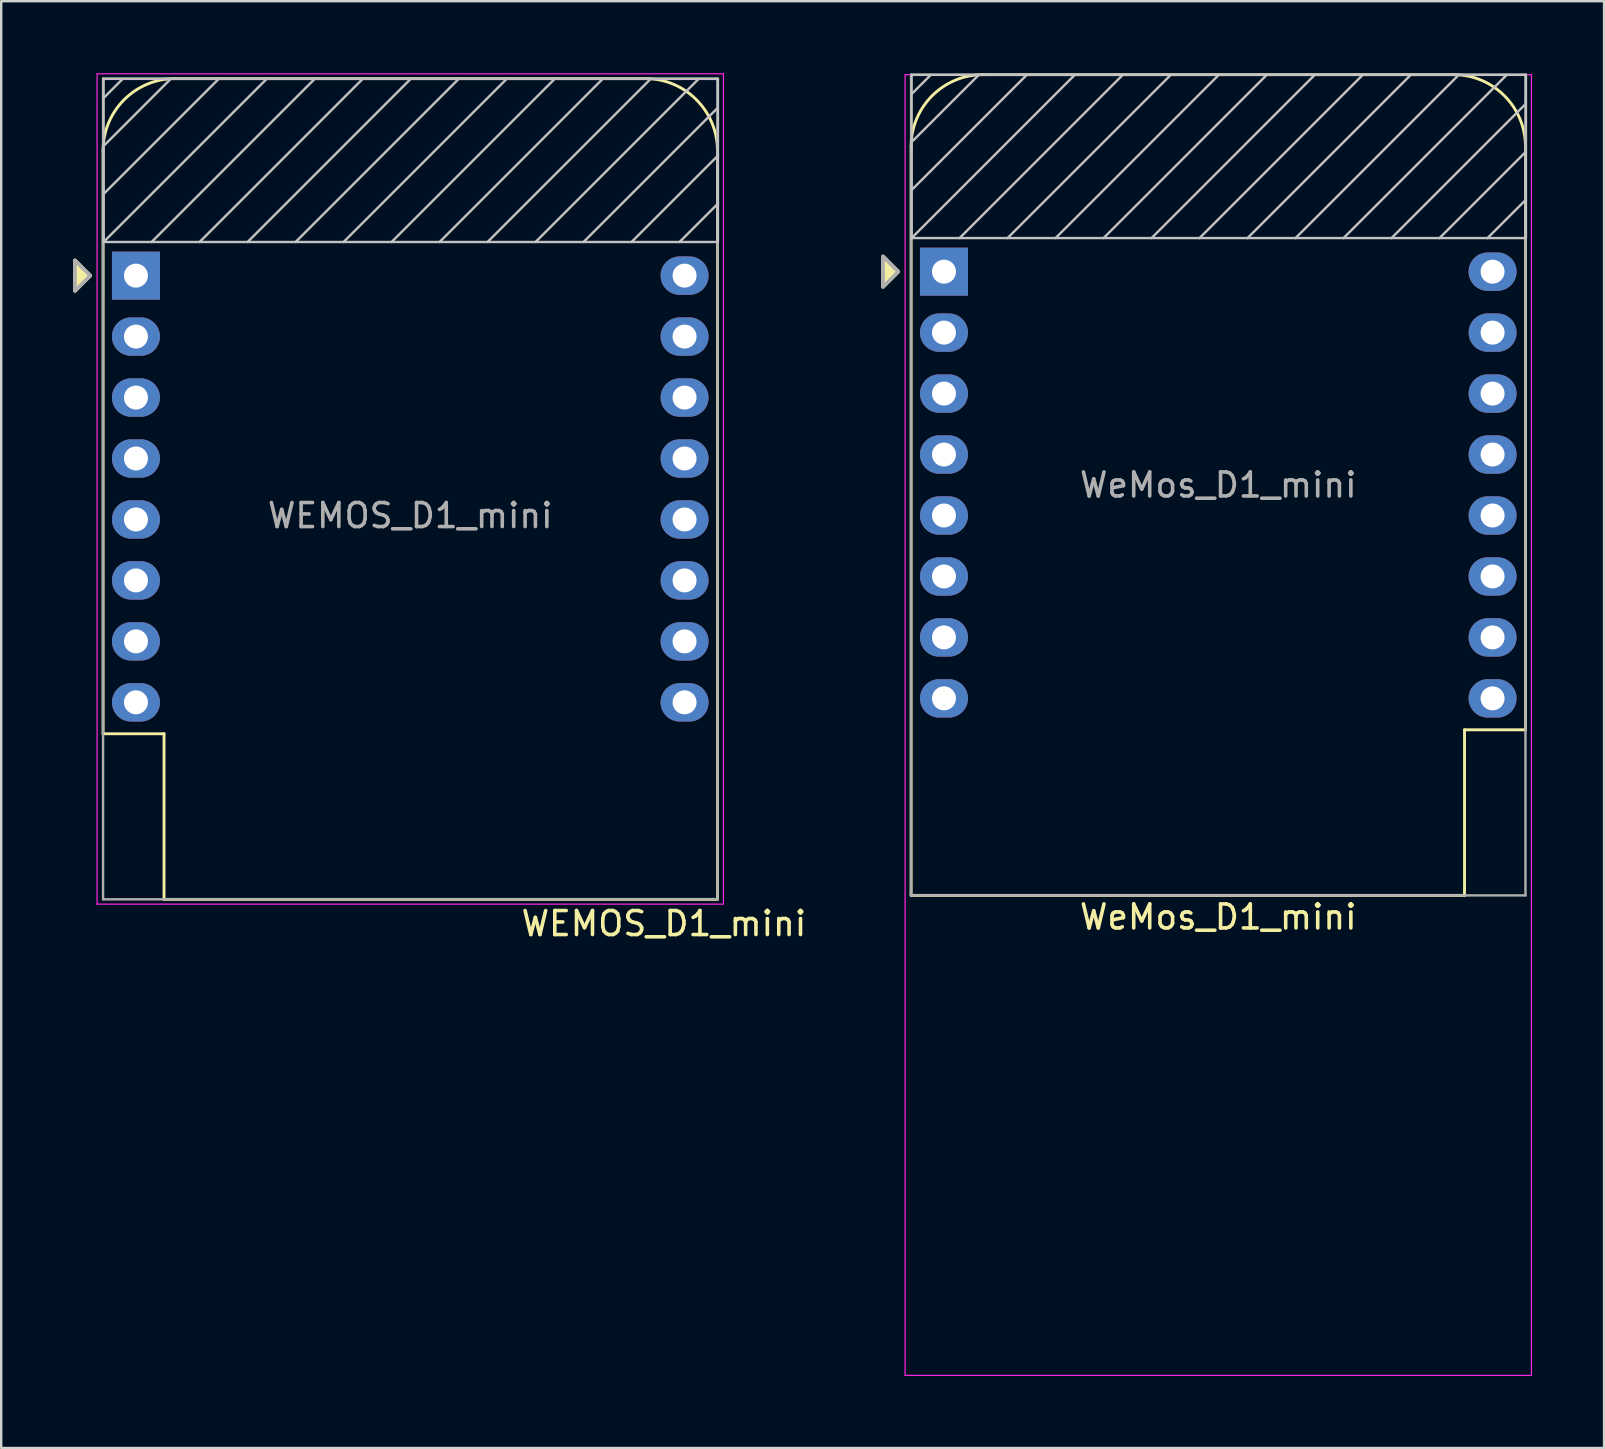
<source format=kicad_pcb>
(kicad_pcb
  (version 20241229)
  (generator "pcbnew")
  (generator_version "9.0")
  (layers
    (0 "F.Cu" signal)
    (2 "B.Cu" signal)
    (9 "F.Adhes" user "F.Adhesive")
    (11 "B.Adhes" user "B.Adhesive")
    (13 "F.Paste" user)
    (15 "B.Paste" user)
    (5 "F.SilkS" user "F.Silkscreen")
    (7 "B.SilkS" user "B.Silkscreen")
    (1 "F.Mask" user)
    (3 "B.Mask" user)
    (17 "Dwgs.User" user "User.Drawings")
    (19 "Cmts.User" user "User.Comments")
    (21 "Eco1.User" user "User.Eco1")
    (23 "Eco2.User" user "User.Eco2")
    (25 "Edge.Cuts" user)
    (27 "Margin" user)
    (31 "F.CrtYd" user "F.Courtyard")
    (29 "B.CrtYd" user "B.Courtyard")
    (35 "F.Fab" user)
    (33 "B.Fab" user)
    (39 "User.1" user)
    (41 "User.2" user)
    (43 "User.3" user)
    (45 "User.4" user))
  (footprint "WEMOS_D1_mini"
    (layer "F.Cu")
    (at 2.615 8.435)
    (property "Reference" "WEMOS_D1_mini" (at 22 27 0) (layer "F.SilkS") (effects (font (size 1 1) (thickness 0.15))))
    (attr through_hole)
    (fp_line (start -1.37 19.09) (end -1.37 -5.21) (stroke (width 0.12) (type solid)) (layer "F.SilkS"))
    (fp_line (start 1.17 19.09) (end -1.37 19.09) (stroke (width 0.12) (type solid)) (layer "F.SilkS"))
    (fp_line (start 1.17 25.99) (end 1.17 19.09) (stroke (width 0.12) (type solid)) (layer "F.SilkS"))
    (fp_line (start 1.17 25.99) (end 24.23 25.99) (stroke (width 0.12) (type solid)) (layer "F.SilkS"))
    (fp_line (start 21.23 -8.21) (end 1.63 -8.21) (stroke (width 0.12) (type solid)) (layer "F.SilkS"))
    (fp_line (start 24.23 25.98) (end 24.23 -5.22) (stroke (width 0.12) (type solid)) (layer "F.SilkS"))
    (fp_arc (start -1.37 -5.21) (mid -0.49132 -7.33132) (end 1.63 -8.21) (stroke (width 0.12) (type solid)) (layer "F.SilkS"))
    (fp_arc (start 21.23 -8.21) (mid 23.35132 -7.33132) (end 24.23 -5.21) (stroke (width 0.12) (type solid)) (layer "F.SilkS"))
    (fp_poly (pts (xy -2.54 -0.635) (xy -2.54 0.635) (xy -1.905 0)) (stroke (width 0.15) (type solid)) (fill yes) (layer "F.SilkS"))
    (fp_line (start -1.35 -8.2) (end -1.35 -1.4) (stroke (width 0.1) (type solid)) (layer "Dwgs.User"))
    (fp_line (start -1.35 -7.4) (end -0.55 -8.2) (stroke (width 0.1) (type solid)) (layer "Dwgs.User"))
    (fp_line (start -1.35 -3.4) (end 3.45 -8.2) (stroke (width 0.1) (type solid)) (layer "Dwgs.User"))
    (fp_line (start -1.35 -1.4) (end 5.45 -8.2) (stroke (width 0.1) (type solid)) (layer "Dwgs.User"))
    (fp_line (start -1.35 -1.4) (end 24.25 -1.4) (stroke (width 0.1) (type solid)) (layer "Dwgs.User"))
    (fp_line (start -1.3 -5.45) (end 1.45 -8.2) (stroke (width 0.1) (type solid)) (layer "Dwgs.User"))
    (fp_line (start 0.65 -1.4) (end 7.45 -8.2) (stroke (width 0.1) (type solid)) (layer "Dwgs.User"))
    (fp_line (start 2.65 -1.4) (end 9.45 -8.2) (stroke (width 0.1) (type solid)) (layer "Dwgs.User"))
    (fp_line (start 4.65 -1.4) (end 11.45 -8.2) (stroke (width 0.1) (type solid)) (layer "Dwgs.User"))
    (fp_line (start 6.65 -1.4) (end 13.45 -8.2) (stroke (width 0.1) (type solid)) (layer "Dwgs.User"))
    (fp_line (start 8.65 -1.4) (end 15.45 -8.2) (stroke (width 0.1) (type solid)) (layer "Dwgs.User"))
    (fp_line (start 10.65 -1.4) (end 17.45 -8.2) (stroke (width 0.1) (type solid)) (layer "Dwgs.User"))
    (fp_line (start 12.65 -1.4) (end 19.45 -8.2) (stroke (width 0.1) (type solid)) (layer "Dwgs.User"))
    (fp_line (start 14.65 -1.4) (end 21.45 -8.2) (stroke (width 0.1) (type solid)) (layer "Dwgs.User"))
    (fp_line (start 16.65 -1.4) (end 23.45 -8.2) (stroke (width 0.1) (type solid)) (layer "Dwgs.User"))
    (fp_line (start 18.65 -1.4) (end 24.25 -7) (stroke (width 0.1) (type solid)) (layer "Dwgs.User"))
    (fp_line (start 20.65 -1.4) (end 24.25 -5) (stroke (width 0.1) (type solid)) (layer "Dwgs.User"))
    (fp_line (start 22.65 -1.4) (end 24.25 -3) (stroke (width 0.1) (type solid)) (layer "Dwgs.User"))
    (fp_line (start 24.25 -8.2) (end -1.35 -8.2) (stroke (width 0.1) (type solid)) (layer "Dwgs.User"))
    (fp_line (start 24.25 -1.4) (end 24.25 -8.2) (stroke (width 0.1) (type solid)) (layer "Dwgs.User"))
    (fp_line (start -1.62 -8.41) (end 24.48 -8.41) (stroke (width 0.05) (type solid)) (layer "F.CrtYd"))
    (fp_line (start -1.62 26.19) (end -1.62 -8.41) (stroke (width 0.05) (type solid)) (layer "F.CrtYd"))
    (fp_line (start 24.48 -8.41) (end 24.48 26.19) (stroke (width 0.05) (type solid)) (layer "F.CrtYd"))
    (fp_line (start 24.48 26.19) (end -1.62 26.19) (stroke (width 0.05) (type solid)) (layer "F.CrtYd"))
    (fp_line (start -1.37 -8.21) (end -1.37 25.99) (stroke (width 0.1) (type solid)) (layer "F.Fab"))
    (fp_line (start -1.37 25.99) (end 24.23 25.99) (stroke (width 0.1) (type solid)) (layer "F.Fab"))
    (fp_line (start 24.23 -8.21) (end -1.37 -8.21) (stroke (width 0.1) (type solid)) (layer "F.Fab"))
    (fp_line (start 24.23 25.99) (end 24.23 -8.21) (stroke (width 0.1) (type solid)) (layer "F.Fab"))
    (fp_poly (pts (xy -2.54 -0.635) (xy -2.54 0.635) (xy -1.905 0)) (stroke (width 0.15) (type solid)) (fill no) (layer "F.Fab"))
    (fp_text user "${REFERENCE}" (at 11.43 10 0) (layer "F.Fab") (effects (font (size 1 1) (thickness 0.15))))
    (pad "1" thru_hole rect (at 0 0) (size 2 2) (drill 1) (layers "*.Cu" "*.Mask"))
    (pad "2" thru_hole oval (at 0 2.54) (size 2 1.6) (drill 1) (layers "*.Cu" "*.Mask"))
    (pad "3" thru_hole oval (at 0 5.08) (size 2 1.6) (drill 1) (layers "*.Cu" "*.Mask"))
    (pad "4" thru_hole oval (at 0 7.62) (size 2 1.6) (drill 1) (layers "*.Cu" "*.Mask"))
    (pad "5" thru_hole oval (at 0 10.16) (size 2 1.6) (drill 1) (layers "*.Cu" "*.Mask"))
    (pad "6" thru_hole oval (at 0 12.7) (size 2 1.6) (drill 1) (layers "*.Cu" "*.Mask"))
    (pad "7" thru_hole oval (at 0 15.24) (size 2 1.6) (drill 1) (layers "*.Cu" "*.Mask"))
    (pad "8" thru_hole oval (at 0 17.78) (size 2 1.6) (drill 1) (layers "*.Cu" "*.Mask"))
    (pad "9" thru_hole oval (at 22.86 17.78) (size 2 1.6) (drill 1) (layers "*.Cu" "*.Mask"))
    (pad "10" thru_hole oval (at 22.86 15.24) (size 2 1.6) (drill 1) (layers "*.Cu" "*.Mask"))
    (pad "11" thru_hole oval (at 22.86 12.7) (size 2 1.6) (drill 1) (layers "*.Cu" "*.Mask"))
    (pad "12" thru_hole oval (at 22.86 10.16) (size 2 1.6) (drill 1) (layers "*.Cu" "*.Mask"))
    (pad "13" thru_hole oval (at 22.86 7.62) (size 2 1.6) (drill 1) (layers "*.Cu" "*.Mask"))
    (pad "14" thru_hole oval (at 22.86 5.08) (size 2 1.6) (drill 1) (layers "*.Cu" "*.Mask"))
    (pad "15" thru_hole oval (at 22.86 2.54) (size 2 1.6) (drill 1) (layers "*.Cu" "*.Mask"))
    (pad "16" thru_hole oval (at 22.86 0) (size 2 1.6) (drill 1) (layers "*.Cu" "*.Mask")))
  (footprint "WeMos_D1_mini"
    (layer "F.Cu")
    (at 36.284 8.27)
    (property "Reference" "WeMos_D1_mini" (at 11.43 26.89 0) (layer "F.SilkS") (effects (font (size 1 1) (thickness 0.15))))
    (attr through_hole)
    (fp_line (start -1.37 25.99) (end -1.37 -5.21) (stroke (width 0.12) (type solid)) (layer "F.SilkS"))
    (fp_line (start -1.37 25.99) (end 21.69 25.99) (stroke (width 0.12) (type solid)) (layer "F.SilkS"))
    (fp_line (start 21.23 -8.21) (end 1.63 -8.21) (stroke (width 0.12) (type solid)) (layer "F.SilkS"))
    (fp_line (start 21.69 25.99) (end 21.69 19.09) (stroke (width 0.12) (type solid)) (layer "F.SilkS"))
    (fp_line (start 24.23 19.09) (end 21.69 19.09) (stroke (width 0.12) (type solid)) (layer "F.SilkS"))
    (fp_line (start 24.23 19.09) (end 24.23 -5.21) (stroke (width 0.12) (type solid)) (layer "F.SilkS"))
    (fp_arc (start -1.37 -5.21) (mid -0.49132 -7.33132) (end 1.63 -8.21) (stroke (width 0.12) (type solid)) (layer "F.SilkS"))
    (fp_arc (start 21.23 -8.21) (mid 23.35132 -7.33132) (end 24.23 -5.21) (stroke (width 0.12) (type solid)) (layer "F.SilkS"))
    (fp_poly (pts (xy -2.54 -0.635) (xy -2.54 0.635) (xy -1.905 0)) (stroke (width 0.15) (type solid)) (fill yes) (layer "F.SilkS"))
    (fp_line (start -1.35 -8.2) (end -1.35 -1.4) (stroke (width 0.1) (type solid)) (layer "Dwgs.User"))
    (fp_line (start -1.35 -7.4) (end -0.55 -8.2) (stroke (width 0.1) (type solid)) (layer "Dwgs.User"))
    (fp_line (start -1.35 -3.4) (end 3.45 -8.2) (stroke (width 0.1) (type solid)) (layer "Dwgs.User"))
    (fp_line (start -1.35 -1.4) (end 5.45 -8.2) (stroke (width 0.1) (type solid)) (layer "Dwgs.User"))
    (fp_line (start -1.35 -1.4) (end 24.25 -1.4) (stroke (width 0.1) (type solid)) (layer "Dwgs.User"))
    (fp_line (start -1.3 -5.45) (end 1.45 -8.2) (stroke (width 0.1) (type solid)) (layer "Dwgs.User"))
    (fp_line (start 0.65 -1.4) (end 7.45 -8.2) (stroke (width 0.1) (type solid)) (layer "Dwgs.User"))
    (fp_line (start 2.65 -1.4) (end 9.45 -8.2) (stroke (width 0.1) (type solid)) (layer "Dwgs.User"))
    (fp_line (start 4.65 -1.4) (end 11.45 -8.2) (stroke (width 0.1) (type solid)) (layer "Dwgs.User"))
    (fp_line (start 6.65 -1.4) (end 13.45 -8.2) (stroke (width 0.1) (type solid)) (layer "Dwgs.User"))
    (fp_line (start 8.65 -1.4) (end 15.45 -8.2) (stroke (width 0.1) (type solid)) (layer "Dwgs.User"))
    (fp_line (start 10.65 -1.4) (end 17.45 -8.2) (stroke (width 0.1) (type solid)) (layer "Dwgs.User"))
    (fp_line (start 12.65 -1.4) (end 19.45 -8.2) (stroke (width 0.1) (type solid)) (layer "Dwgs.User"))
    (fp_line (start 14.65 -1.4) (end 21.45 -8.2) (stroke (width 0.1) (type solid)) (layer "Dwgs.User"))
    (fp_line (start 16.65 -1.4) (end 23.45 -8.2) (stroke (width 0.1) (type solid)) (layer "Dwgs.User"))
    (fp_line (start 18.65 -1.4) (end 24.25 -7) (stroke (width 0.1) (type solid)) (layer "Dwgs.User"))
    (fp_line (start 20.65 -1.4) (end 24.25 -5) (stroke (width 0.1) (type solid)) (layer "Dwgs.User"))
    (fp_line (start 22.65 -1.4) (end 24.25 -3) (stroke (width 0.1) (type solid)) (layer "Dwgs.User"))
    (fp_line (start 24.25 -8.2) (end -1.35 -8.2) (stroke (width 0.1) (type solid)) (layer "Dwgs.User"))
    (fp_line (start 24.25 -1.4) (end 24.25 -8.2) (stroke (width 0.1) (type solid)) (layer "Dwgs.User"))
    (fp_line (start -1.62 -8.21) (end 24.48 -8.21) (stroke (width 0.05) (type solid)) (layer "F.CrtYd"))
    (fp_line (start -1.62 45.99) (end -1.62 -8.21) (stroke (width 0.05) (type solid)) (layer "F.CrtYd"))
    (fp_line (start 24.48 -8.21) (end 24.48 45.99) (stroke (width 0.05) (type solid)) (layer "F.CrtYd"))
    (fp_line (start 24.48 45.99) (end -1.62 45.99) (stroke (width 0.05) (type solid)) (layer "F.CrtYd"))
    (fp_line (start -1.37 -8.21) (end -1.37 25.99) (stroke (width 0.1) (type solid)) (layer "F.Fab"))
    (fp_line (start -1.37 25.99) (end 24.23 25.99) (stroke (width 0.1) (type solid)) (layer "F.Fab"))
    (fp_line (start 24.23 -8.21) (end -1.37 -8.21) (stroke (width 0.1) (type solid)) (layer "F.Fab"))
    (fp_line (start 24.23 25.99) (end 24.23 -8.21) (stroke (width 0.1) (type solid)) (layer "F.Fab"))
    (fp_poly (pts (xy -2.54 -0.635) (xy -2.54 0.635) (xy -1.905 0)) (stroke (width 0.15) (type solid)) (fill no) (layer "F.Fab"))
    (fp_text user "${REFERENCE}" (at 11.43 8.89 0) (layer "F.Fab") (effects (font (size 1 1) (thickness 0.15))))
    (pad "1" thru_hole rect (at 0 0) (size 2 2) (drill 1) (layers "*.Cu" "*.Mask"))
    (pad "2" thru_hole oval (at 0 2.54) (size 2 1.6) (drill 1) (layers "*.Cu" "*.Mask"))
    (pad "3" thru_hole oval (at 0 5.08) (size 2 1.6) (drill 1) (layers "*.Cu" "*.Mask"))
    (pad "4" thru_hole oval (at 0 7.62) (size 2 1.6) (drill 1) (layers "*.Cu" "*.Mask"))
    (pad "5" thru_hole oval (at 0 10.16) (size 2 1.6) (drill 1) (layers "*.Cu" "*.Mask"))
    (pad "6" thru_hole oval (at 0 12.7) (size 2 1.6) (drill 1) (layers "*.Cu" "*.Mask"))
    (pad "7" thru_hole oval (at 0 15.24) (size 2 1.6) (drill 1) (layers "*.Cu" "*.Mask"))
    (pad "8" thru_hole oval (at 0 17.78) (size 2 1.6) (drill 1) (layers "*.Cu" "*.Mask"))
    (pad "9" thru_hole oval (at 22.86 17.78) (size 2 1.6) (drill 1) (layers "*.Cu" "*.Mask"))
    (pad "10" thru_hole oval (at 22.86 15.24) (size 2 1.6) (drill 1) (layers "*.Cu" "*.Mask"))
    (pad "11" thru_hole oval (at 22.86 12.7) (size 2 1.6) (drill 1) (layers "*.Cu" "*.Mask"))
    (pad "12" thru_hole oval (at 22.86 10.16) (size 2 1.6) (drill 1) (layers "*.Cu" "*.Mask"))
    (pad "13" thru_hole oval (at 22.86 7.62) (size 2 1.6) (drill 1) (layers "*.Cu" "*.Mask"))
    (pad "14" thru_hole oval (at 22.86 5.08) (size 2 1.6) (drill 1) (layers "*.Cu" "*.Mask"))
    (pad "15" thru_hole oval (at 22.86 2.54) (size 2 1.6) (drill 1) (layers "*.Cu" "*.Mask"))
    (pad "16" thru_hole oval (at 22.86 0) (size 2 1.6) (drill 1) (layers "*.Cu" "*.Mask")))
  (gr_rect
    (start -3 -3)
    (end 63.789 57.285)
    (stroke (width 0.1) (type default))
    (fill no)
    (layer "Edge.Cuts")))
</source>
